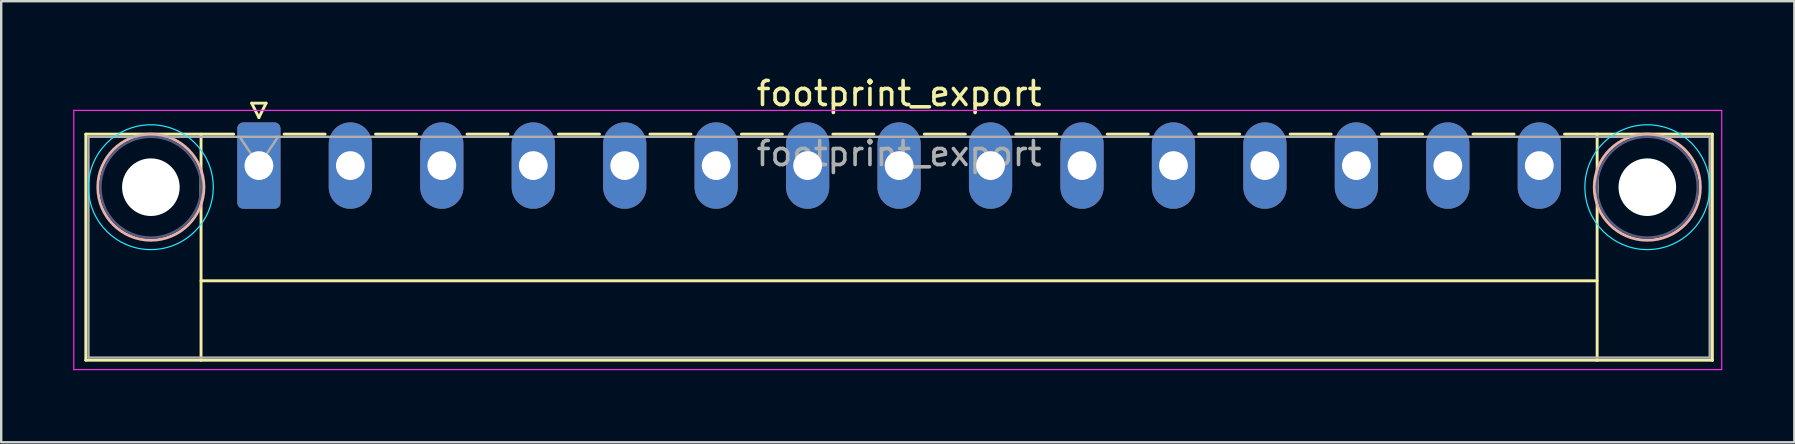
<source format=kicad_pcb>
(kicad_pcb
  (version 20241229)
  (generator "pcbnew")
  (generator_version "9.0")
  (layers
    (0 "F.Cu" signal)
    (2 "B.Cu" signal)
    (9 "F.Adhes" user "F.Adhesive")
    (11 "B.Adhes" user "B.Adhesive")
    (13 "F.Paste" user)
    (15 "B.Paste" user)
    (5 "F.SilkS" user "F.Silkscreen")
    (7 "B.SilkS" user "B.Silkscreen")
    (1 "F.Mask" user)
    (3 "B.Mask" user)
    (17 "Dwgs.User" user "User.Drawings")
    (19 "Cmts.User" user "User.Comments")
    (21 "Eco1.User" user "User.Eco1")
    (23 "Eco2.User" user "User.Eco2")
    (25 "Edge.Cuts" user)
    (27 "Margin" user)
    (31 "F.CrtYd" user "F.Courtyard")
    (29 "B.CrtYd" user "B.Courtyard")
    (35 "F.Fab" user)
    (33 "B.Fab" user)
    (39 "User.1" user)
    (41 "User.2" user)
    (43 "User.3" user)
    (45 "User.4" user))
  (footprint "footprint_export"
    (layer "F.Cu")
    (at 7.735 3.848)
    (property "Reference" "footprint_export" (at 26.67 -3 0) (layer "F.SilkS") (effects (font (size 1 1) (thickness 0.15))))
    (attr through_hole)
    (fp_line (start -7.21 -1.31) (end -7.21 8.11) (stroke (width 0.12) (type solid)) (layer "F.SilkS"))
    (fp_line (start -7.21 -1.31) (end -1.05 -1.31) (stroke (width 0.12) (type solid)) (layer "F.SilkS"))
    (fp_line (start -7.21 8.11) (end 60.55 8.11) (stroke (width 0.12) (type solid)) (layer "F.SilkS"))
    (fp_line (start -2.41 -1.31) (end -2.41 8.11) (stroke (width 0.12) (type solid)) (layer "F.SilkS"))
    (fp_line (start -2.41 4.8) (end 55.75 4.8) (stroke (width 0.12) (type solid)) (layer "F.SilkS"))
    (fp_line (start -0.3 -2.6) (end 0.3 -2.6) (stroke (width 0.12) (type solid)) (layer "F.SilkS"))
    (fp_line (start 0 -2) (end -0.3 -2.6) (stroke (width 0.12) (type solid)) (layer "F.SilkS"))
    (fp_line (start 0.3 -2.6) (end 0 -2) (stroke (width 0.12) (type solid)) (layer "F.SilkS"))
    (fp_line (start 1.05 -1.31) (end 2.76 -1.31) (stroke (width 0.12) (type solid)) (layer "F.SilkS"))
    (fp_line (start 4.86 -1.31) (end 6.57 -1.31) (stroke (width 0.12) (type solid)) (layer "F.SilkS"))
    (fp_line (start 8.67 -1.31) (end 10.38 -1.31) (stroke (width 0.12) (type solid)) (layer "F.SilkS"))
    (fp_line (start 12.48 -1.31) (end 14.19 -1.31) (stroke (width 0.12) (type solid)) (layer "F.SilkS"))
    (fp_line (start 16.29 -1.31) (end 18 -1.31) (stroke (width 0.12) (type solid)) (layer "F.SilkS"))
    (fp_line (start 20.1 -1.31) (end 21.81 -1.31) (stroke (width 0.12) (type solid)) (layer "F.SilkS"))
    (fp_line (start 23.91 -1.31) (end 25.62 -1.31) (stroke (width 0.12) (type solid)) (layer "F.SilkS"))
    (fp_line (start 27.72 -1.31) (end 29.43 -1.31) (stroke (width 0.12) (type solid)) (layer "F.SilkS"))
    (fp_line (start 31.53 -1.31) (end 33.24 -1.31) (stroke (width 0.12) (type solid)) (layer "F.SilkS"))
    (fp_line (start 35.34 -1.31) (end 37.05 -1.31) (stroke (width 0.12) (type solid)) (layer "F.SilkS"))
    (fp_line (start 39.15 -1.31) (end 40.86 -1.31) (stroke (width 0.12) (type solid)) (layer "F.SilkS"))
    (fp_line (start 42.96 -1.31) (end 44.67 -1.31) (stroke (width 0.12) (type solid)) (layer "F.SilkS"))
    (fp_line (start 46.77 -1.31) (end 48.48 -1.31) (stroke (width 0.12) (type solid)) (layer "F.SilkS"))
    (fp_line (start 50.58 -1.31) (end 52.29 -1.31) (stroke (width 0.12) (type solid)) (layer "F.SilkS"))
    (fp_line (start 55.75 -1.31) (end 55.75 8.11) (stroke (width 0.12) (type solid)) (layer "F.SilkS"))
    (fp_line (start 60.55 -1.31) (end 54.39 -1.31) (stroke (width 0.12) (type solid)) (layer "F.SilkS"))
    (fp_line (start 60.55 8.11) (end 60.55 -1.31) (stroke (width 0.12) (type solid)) (layer "F.SilkS"))
    (fp_circle (center -4.5 0.9) (end -2.29 0.9) (stroke (width 0.12) (type solid)) (fill no) (layer "B.SilkS"))
    (fp_circle (center 57.84 0.9) (end 60.05 0.9) (stroke (width 0.12) (type solid)) (fill no) (layer "B.SilkS"))
    (fp_circle (center -4.5 0.9) (end -1.9 0.9) (stroke (width 0.05) (type solid)) (fill no) (layer "B.CrtYd"))
    (fp_circle (center 57.84 0.9) (end 60.44 0.9) (stroke (width 0.05) (type solid)) (fill no) (layer "B.CrtYd"))
    (fp_line (start -7.71 -2.3) (end -7.71 8.5) (stroke (width 0.05) (type solid)) (layer "F.CrtYd"))
    (fp_line (start -7.71 8.5) (end 60.94 8.5) (stroke (width 0.05) (type solid)) (layer "F.CrtYd"))
    (fp_line (start 60.94 -2.3) (end -7.71 -2.3) (stroke (width 0.05) (type solid)) (layer "F.CrtYd"))
    (fp_line (start 60.94 8.5) (end 60.94 -2.3) (stroke (width 0.05) (type solid)) (layer "F.CrtYd"))
    (fp_circle (center -4.5 0.9) (end -2.4 0.9) (stroke (width 0.1) (type solid)) (fill no) (layer "B.Fab"))
    (fp_circle (center 57.84 0.9) (end 59.94 0.9) (stroke (width 0.1) (type solid)) (fill no) (layer "B.Fab"))
    (fp_line (start -7.1 -1.2) (end -7.1 8) (stroke (width 0.1) (type solid)) (layer "F.Fab"))
    (fp_line (start -7.1 8) (end 60.44 8) (stroke (width 0.1) (type solid)) (layer "F.Fab"))
    (fp_line (start 0 0) (end -0.8 -1.2) (stroke (width 0.1) (type solid)) (layer "F.Fab"))
    (fp_line (start 0.8 -1.2) (end 0 0) (stroke (width 0.1) (type solid)) (layer "F.Fab"))
    (fp_line (start 60.44 -1.2) (end -7.1 -1.2) (stroke (width 0.1) (type solid)) (layer "F.Fab"))
    (fp_line (start 60.44 8) (end 60.44 -1.2) (stroke (width 0.1) (type solid)) (layer "F.Fab"))
    (fp_text user "${REFERENCE}" (at 26.67 -0.5 0) (layer "F.Fab") (effects (font (size 1 1) (thickness 0.15))))
    (pad "" np_thru_hole circle (at -4.5 0.9) (size 2.4 2.4) (drill 2.4) (layers "*.Cu" "*.Mask"))
    (pad "" np_thru_hole circle (at 57.84 0.9) (size 2.4 2.4) (drill 2.4) (layers "*.Cu" "*.Mask"))
    (pad "1" thru_hole roundrect (at 0 0) (size 1.8 3.6) (drill 1.2) (layers "*.Cu" "*.Mask") (roundrect_rratio 0.139))
    (pad "2" thru_hole oval (at 3.81 0) (size 1.8 3.6) (drill 1.2) (layers "*.Cu" "*.Mask"))
    (pad "3" thru_hole oval (at 7.62 0) (size 1.8 3.6) (drill 1.2) (layers "*.Cu" "*.Mask"))
    (pad "4" thru_hole oval (at 11.43 0) (size 1.8 3.6) (drill 1.2) (layers "*.Cu" "*.Mask"))
    (pad "5" thru_hole oval (at 15.24 0) (size 1.8 3.6) (drill 1.2) (layers "*.Cu" "*.Mask"))
    (pad "6" thru_hole oval (at 19.05 0) (size 1.8 3.6) (drill 1.2) (layers "*.Cu" "*.Mask"))
    (pad "7" thru_hole oval (at 22.86 0) (size 1.8 3.6) (drill 1.2) (layers "*.Cu" "*.Mask"))
    (pad "8" thru_hole oval (at 26.67 0) (size 1.8 3.6) (drill 1.2) (layers "*.Cu" "*.Mask"))
    (pad "9" thru_hole oval (at 30.48 0) (size 1.8 3.6) (drill 1.2) (layers "*.Cu" "*.Mask"))
    (pad "10" thru_hole oval (at 34.29 0) (size 1.8 3.6) (drill 1.2) (layers "*.Cu" "*.Mask"))
    (pad "11" thru_hole oval (at 38.1 0) (size 1.8 3.6) (drill 1.2) (layers "*.Cu" "*.Mask"))
    (pad "12" thru_hole oval (at 41.91 0) (size 1.8 3.6) (drill 1.2) (layers "*.Cu" "*.Mask"))
    (pad "13" thru_hole oval (at 45.72 0) (size 1.8 3.6) (drill 1.2) (layers "*.Cu" "*.Mask"))
    (pad "14" thru_hole oval (at 49.53 0) (size 1.8 3.6) (drill 1.2) (layers "*.Cu" "*.Mask"))
    (pad "15" thru_hole oval (at 53.34 0) (size 1.8 3.6) (drill 1.2) (layers "*.Cu" "*.Mask")))
  (gr_rect
    (start -3 -3)
    (end 71.7 15.373)
    (stroke (width 0.1) (type default))
    (fill no)
    (layer "Edge.Cuts")))
</source>
